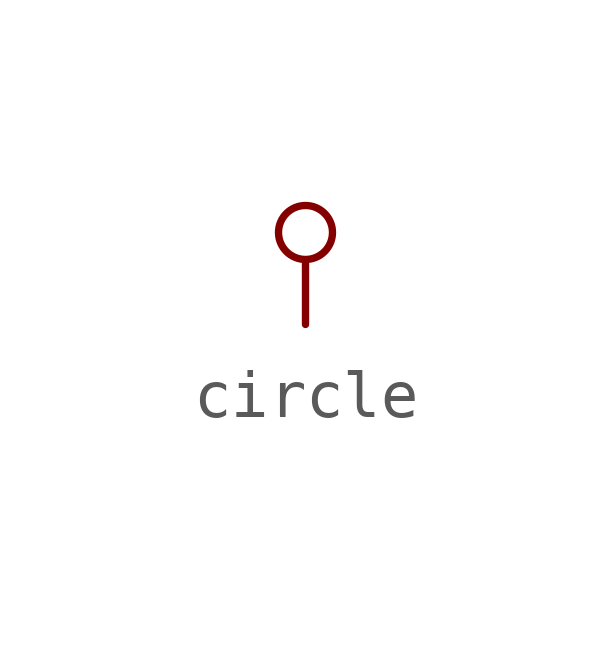
<source format=kicad_sym>
(kicad_symbol_lib
  (version 20231120)
  (generator "kicad_symbol_editor")
  (generator_version "8.0")
  (symbol "circle"
    (power)
    (pin_numbers hide)
    (pin_names
      (offset 0))
    (property "Reference" "#PWR"
      (at 0 -1.524 0)
      (effects (font (size 1.27 1.27)) (hide yes)))
    (symbol "circle_0_1"
      (polyline (pts (xy 0 0) (xy 0 1.27)) (stroke (width 0) (type solid)) (fill (type none)))
      (circle (center 0 1.905) (radius 0.559) (stroke (width 0) (type solid)) (fill (type none))))
    (symbol "circle_1_1"
      (pin power_in line (at 0 0 90) (length 0) hide (name "~" (effects (font (size 1.27 1.27)))) (number "1" (effects (font (size 1.27 1.27))))))))
</source>
